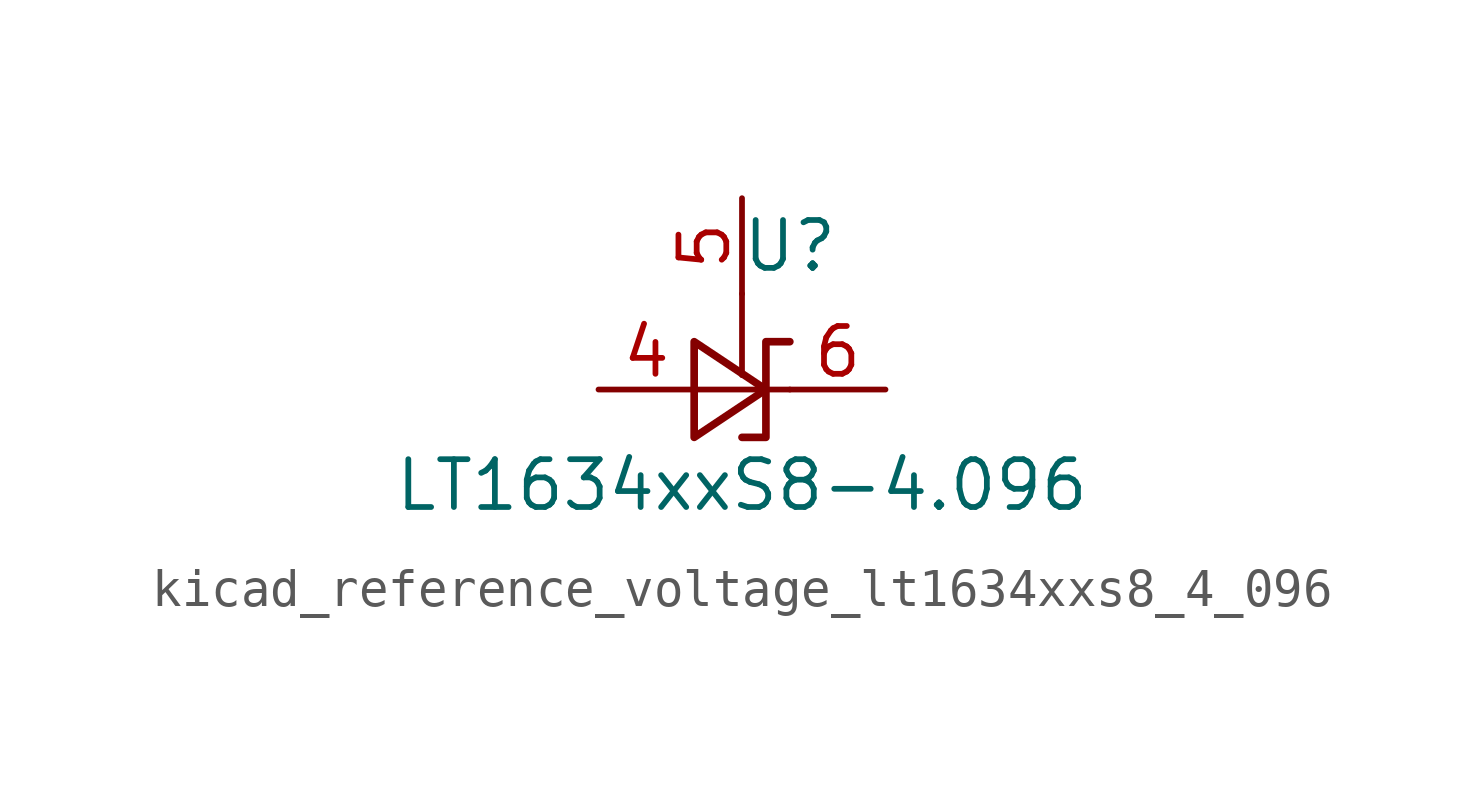
<source format=kicad_sym>
(kicad_symbol_lib
  (version 20220914)
  (generator kicad_symbol_editor)
  (symbol "kicad_reference_voltage_lt1634xxs8_4_096"
    (pin_names hide)
    (property "Reference" "U"
      (at 1.27 3.81 0)
      (effects (font (size 1.27 1.27))))
    (property "Value" "LT1634xxS8-4.096"
      (at 0 -2.54 0)
      (effects (font (size 1.27 1.27))))
    (symbol "kicad_reference_voltage_lt1634xxs8_4_096_1_1"
      (polyline (pts (xy 0 2.54) (xy 0 0.381)) (stroke (width 0) (type default)) (fill (type none)))
      (polyline (pts (xy -1.27 0) (xy 0 0) (xy 1.27 0)) (stroke (width 0) (type default)) (fill (type none)))
      (polyline (pts (xy -1.27 -1.27) (xy 0.635 0) (xy -1.27 1.27) (xy -1.27 -1.27)) (stroke (width 0.203) (type default)) (fill (type none)))
      (polyline (pts (xy 0 -1.27) (xy 0.635 -1.27) (xy 0.635 1.27) (xy 1.27 1.27)) (stroke (width 0.203) (type default)) (fill (type none)))
      (pin passive line (at -3.81 0 0) (length 2.54) (name "A" (effects (font (size 1.27 1.27)))) (number "4" (effects (font (size 1.27 1.27)))))
      (pin input line (at 0 5.08 270) (length 2.54) (name "Test" (effects (font (size 1.27 1.27)))) (number "5" (effects (font (size 1.27 1.27)))))
      (pin passive line (at 3.81 0 180) (length 2.54) (name "K" (effects (font (size 1.27 1.27)))) (number "6" (effects (font (size 1.27 1.27))))))))
</source>
